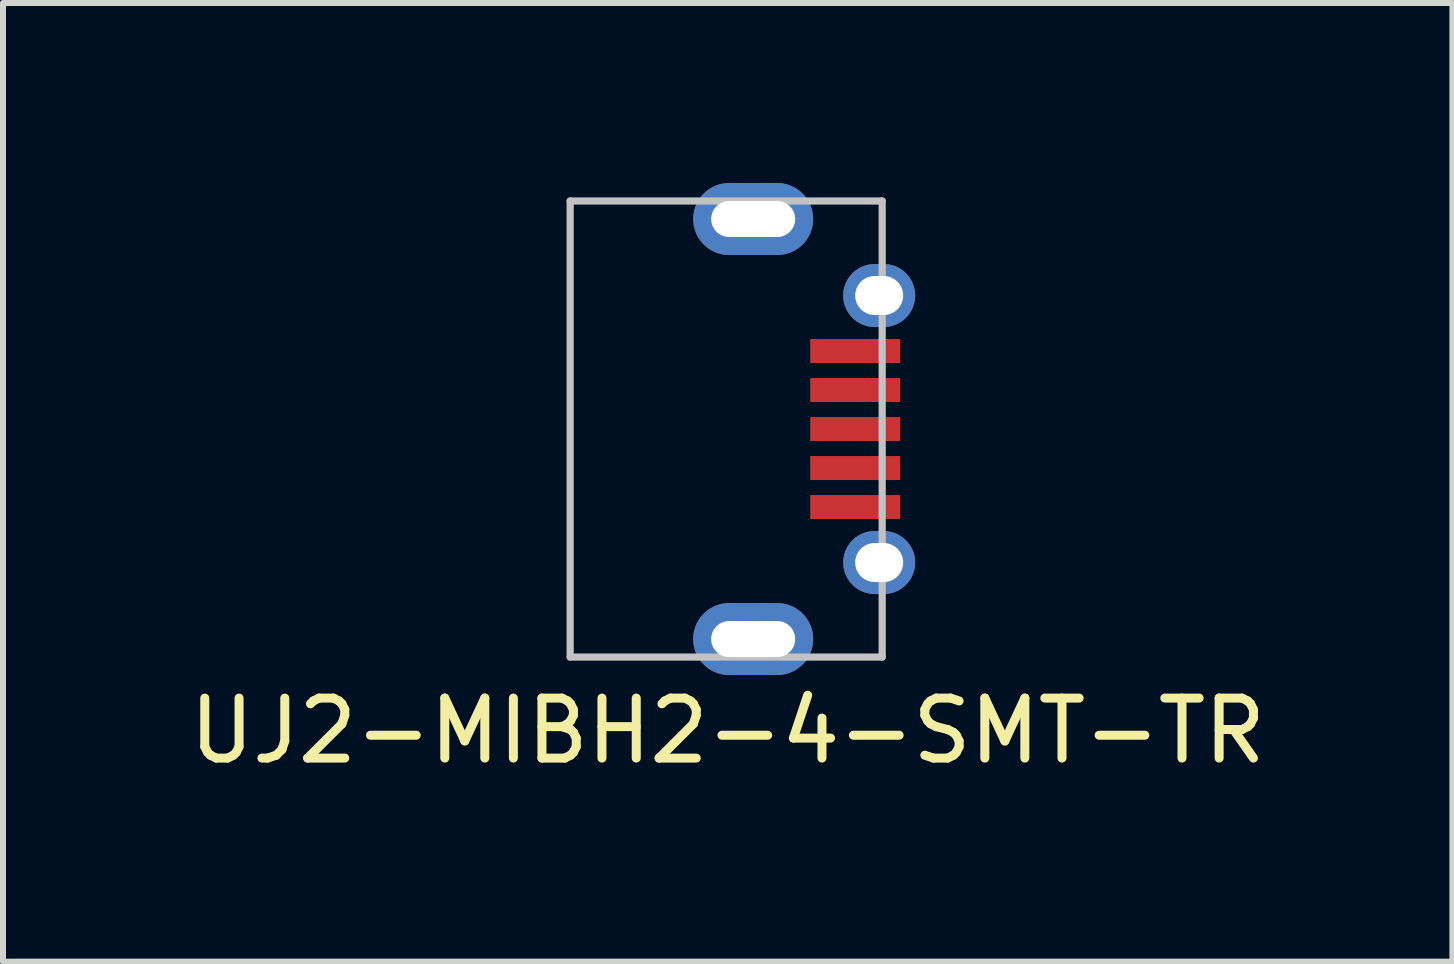
<source format=kicad_pcb>
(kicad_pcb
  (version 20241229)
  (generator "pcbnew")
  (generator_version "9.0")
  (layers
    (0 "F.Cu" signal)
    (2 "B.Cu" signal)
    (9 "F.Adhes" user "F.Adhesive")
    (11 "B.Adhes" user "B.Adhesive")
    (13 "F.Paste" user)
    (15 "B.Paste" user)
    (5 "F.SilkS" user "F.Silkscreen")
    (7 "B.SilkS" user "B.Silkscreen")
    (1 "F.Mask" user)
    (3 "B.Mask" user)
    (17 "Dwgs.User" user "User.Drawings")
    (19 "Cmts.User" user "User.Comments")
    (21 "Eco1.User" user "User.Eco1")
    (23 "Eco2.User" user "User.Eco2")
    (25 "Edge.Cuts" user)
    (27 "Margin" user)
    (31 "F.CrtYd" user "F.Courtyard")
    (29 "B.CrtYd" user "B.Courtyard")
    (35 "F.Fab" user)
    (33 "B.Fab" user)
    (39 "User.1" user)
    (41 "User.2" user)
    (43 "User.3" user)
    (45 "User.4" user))
  (footprint "UJ2-MIBH2-4-SMT-TR"
    (layer "F.Cu")
    (at 9.052 4.1)
    (property "Reference" "UJ2-MIBH2-4-SMT-TR" (at 0.025 5.029 0) (layer "F.SilkS") (effects (font (size 1 1) (thickness 0.15))))
    (attr through_hole)
    (fp_line (start -2.6 -3.8) (end 2.6 -3.8) (stroke (width 0.12) (type solid)) (layer "Dwgs.User"))
    (fp_line (start -2.6 3.8) (end -2.6 -3.8) (stroke (width 0.12) (type solid)) (layer "Dwgs.User"))
    (fp_line (start 2.6 -3.8) (end 2.6 3.8) (stroke (width 0.12) (type solid)) (layer "Dwgs.User"))
    (fp_line (start 2.6 3.8) (end -2.6 3.8) (stroke (width 0.12) (type solid)) (layer "Dwgs.User"))
    (pad "1" smd rect (at 2.15 -1.3) (size 1.5 0.4) (layers "F.Cu" "F.Mask" "F.Paste"))
    (pad "2" smd rect (at 2.15 -0.65) (size 1.5 0.4) (layers "F.Cu" "F.Mask" "F.Paste"))
    (pad "3" smd rect (at 2.15 0) (size 1.5 0.4) (layers "F.Cu" "F.Mask" "F.Paste"))
    (pad "4" smd rect (at 2.15 0.65) (size 1.5 0.4) (layers "F.Cu" "F.Mask" "F.Paste"))
    (pad "5" smd rect (at 2.15 1.3) (size 1.5 0.4) (layers "F.Cu" "F.Mask" "F.Paste"))
    (pad "6" thru_hole oval (at 0.45 -3.5) (size 2 1.2) (drill oval 1.4 0.6) (layers "*.Cu" "*.Mask"))
    (pad "7" thru_hole oval (at 0.45 3.5) (size 2 1.2) (drill oval 1.4 0.6) (layers "*.Cu" "*.Mask"))
    (pad "8" thru_hole oval (at 2.55 2.225) (size 1.2 1.05) (drill oval 0.8 0.65) (layers "*.Cu" "*.Mask"))
    (pad "9" thru_hole oval (at 2.55 -2.225) (size 1.2 1.05) (drill oval 0.8 0.65) (layers "*.Cu" "*.Mask")))
  (gr_rect
    (start -3 -3)
    (end 21.155 12.977)
    (stroke (width 0.1) (type default))
    (fill no)
    (layer "Edge.Cuts")))
</source>
